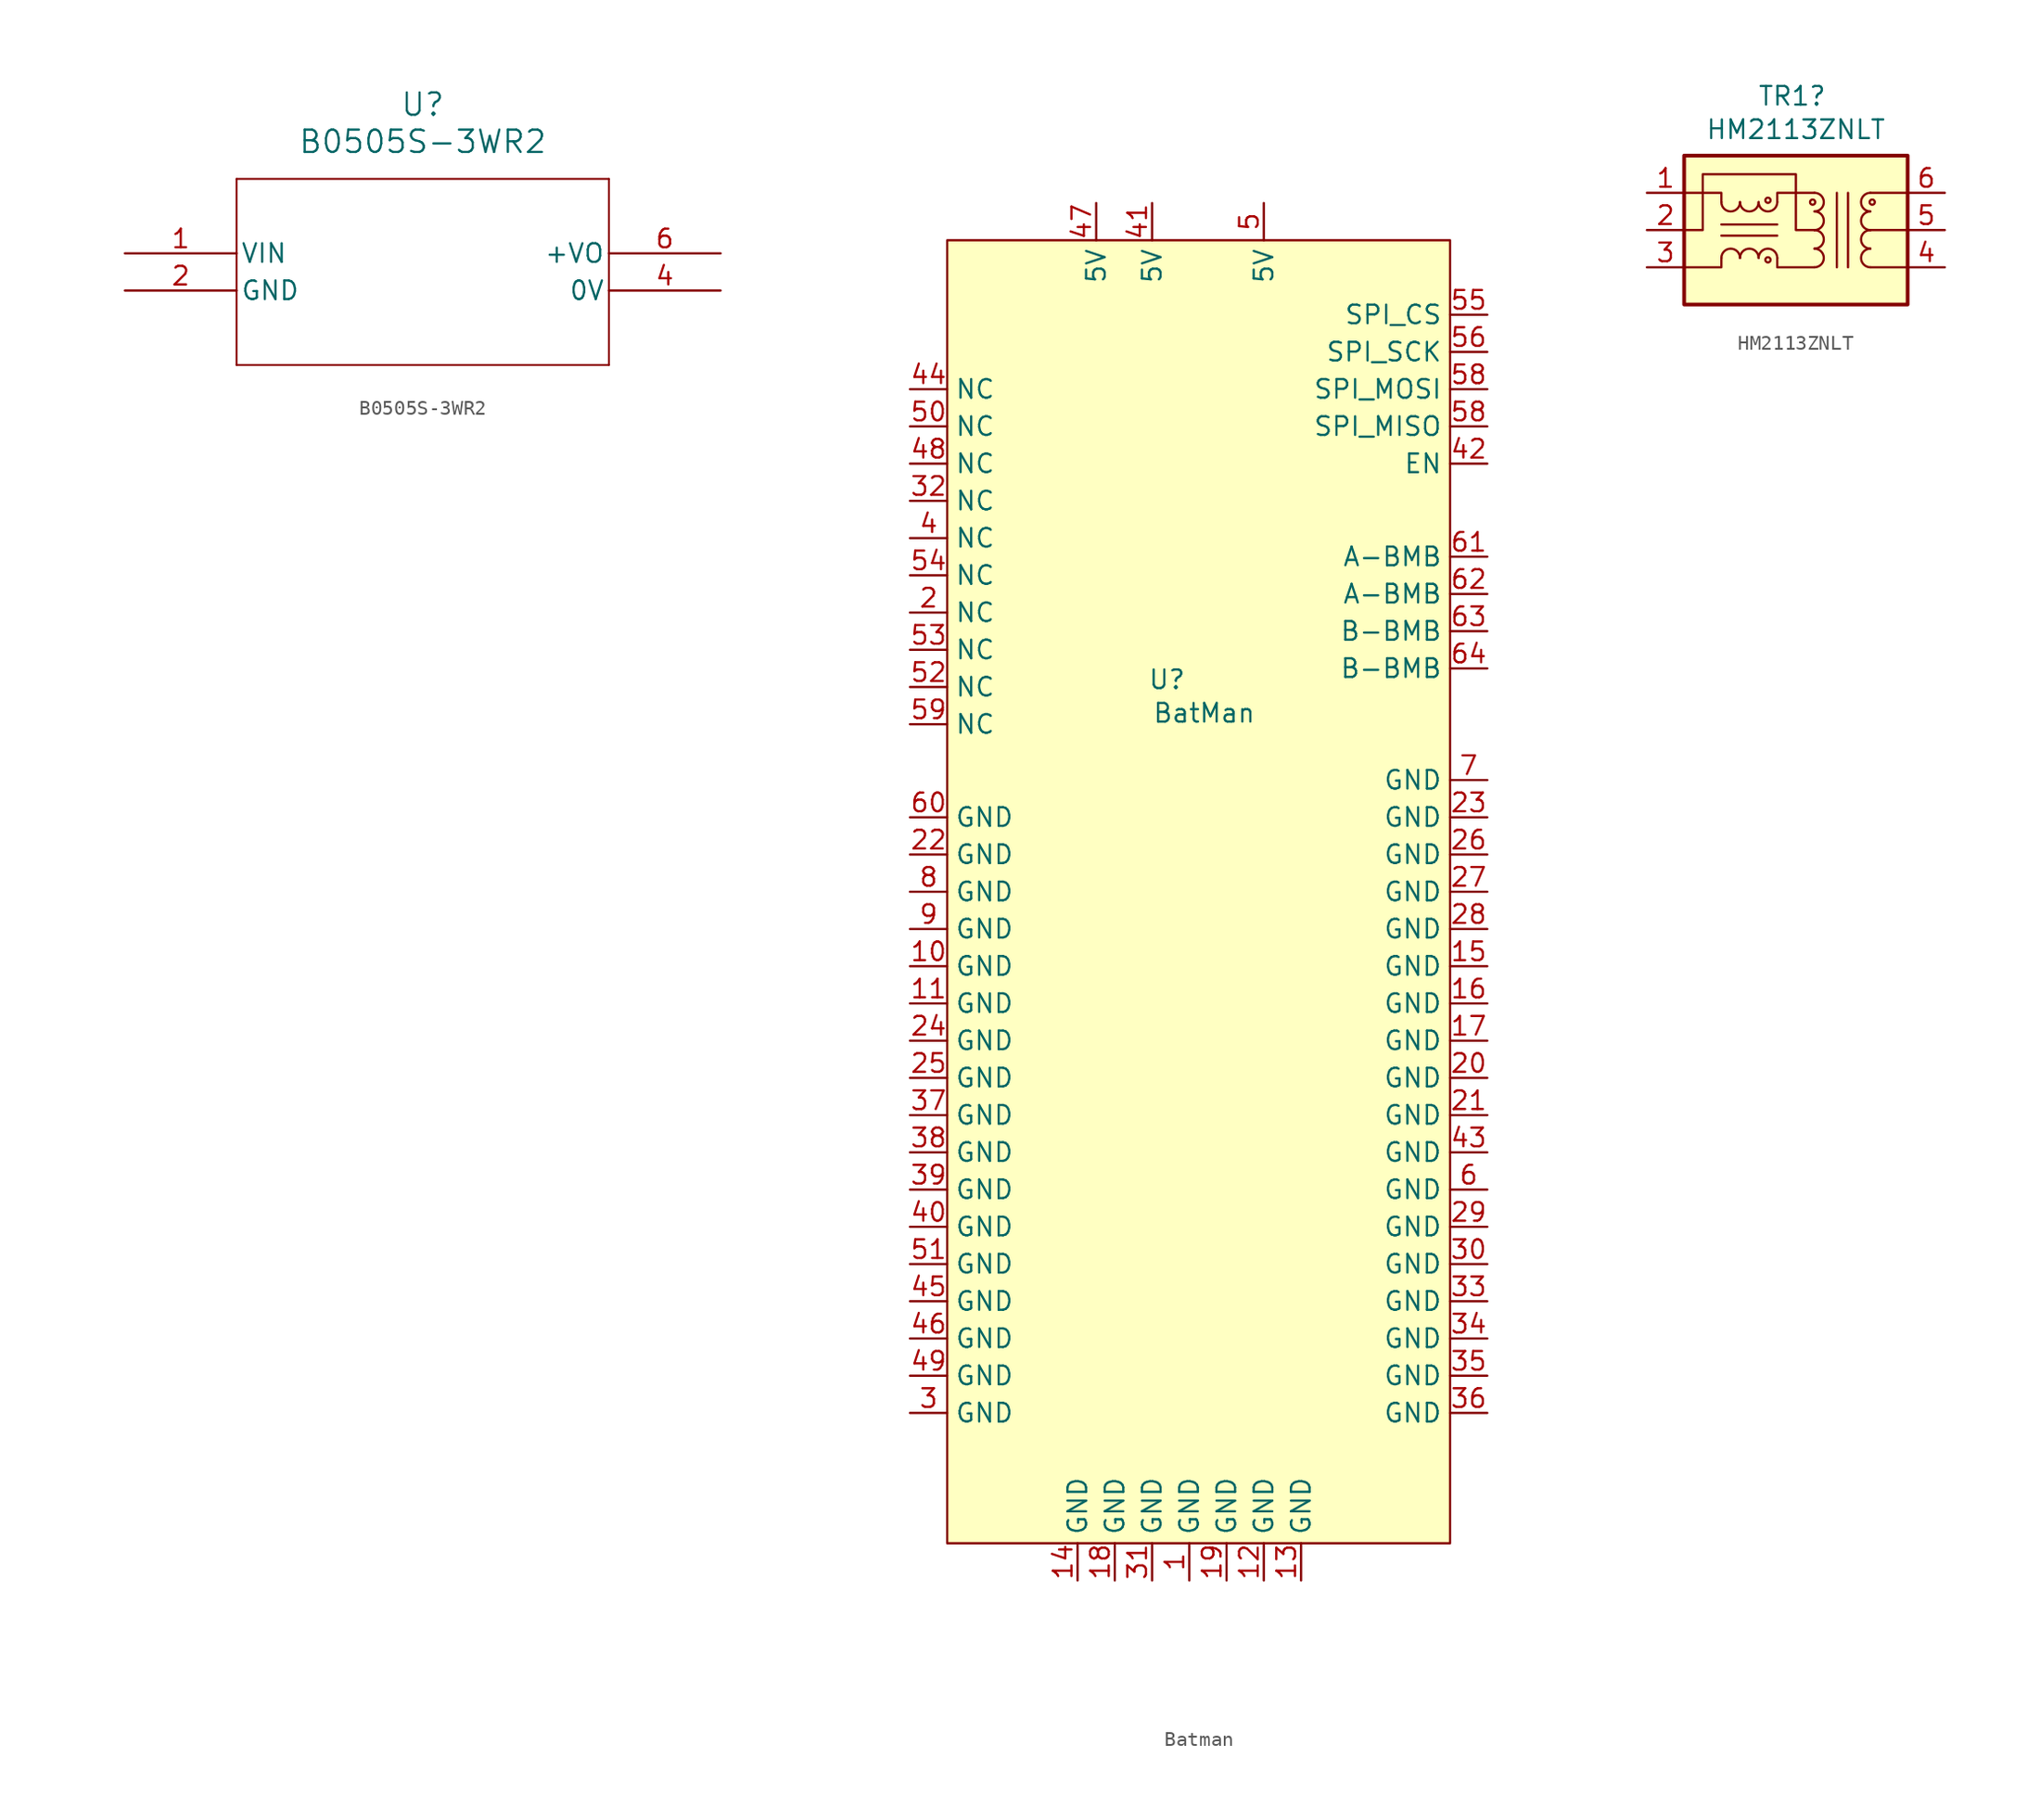
<source format=kicad_sym>
(kicad_symbol_lib
  (version 20241209)
  (generator "kicad_symbol_editor")
  (generator_version "9.0")
  (symbol "B0505S-3WR2"
    (pin_names
      (offset 0.254))
    (property "Reference" "U"
      (at 20.32 10.16 0)
      (effects (font (size 1.524 1.524))))
    (property "Value" "B0505S-3WR2"
      (at 20.32 7.62 0)
      (effects (font (size 1.524 1.524))))
    (symbol "B0505S-3WR2_0_1"
      (polyline (pts (xy 7.62 5.08) (xy 7.62 -7.62)) (stroke (width 0.127) (type default)) (fill (type none)))
      (polyline (pts (xy 7.62 -7.62) (xy 33.02 -7.62)) (stroke (width 0.127) (type default)) (fill (type none)))
      (polyline (pts (xy 33.02 5.08) (xy 7.62 5.08)) (stroke (width 0.127) (type default)) (fill (type none)))
      (polyline (pts (xy 33.02 -7.62) (xy 33.02 5.08)) (stroke (width 0.127) (type default)) (fill (type none)))
      (pin power_in line (at 0 0 0) (length 7.62) (name "VIN" (effects (font (size 1.27 1.27)))) (number "1" (effects (font (size 1.27 1.27)))))
      (pin power_out line (at 0 -2.54 0) (length 7.62) (name "GND" (effects (font (size 1.27 1.27)))) (number "2" (effects (font (size 1.27 1.27)))))
      (pin power_in line (at 40.64 0 180) (length 7.62) (name "+VO" (effects (font (size 1.27 1.27)))) (number "6" (effects (font (size 1.27 1.27)))))
      (pin unspecified line (at 40.64 -2.54 180) (length 7.62) (name "0V" (effects (font (size 1.27 1.27)))) (number "4" (effects (font (size 1.27 1.27)))))))
  (symbol "Batman"
    (property "Reference" "U"
      (at -2.794 15.748 0)
      (effects (font (size 1.27 1.27))))
    (property "Value" "BatMan"
      (at -0.254 13.462 0)
      (effects (font (size 1.27 1.27))))
    (symbol "Batman_1_1"
      (rectangle (start -17.78 45.72) (end 16.51 -43.18) (stroke (width 0) (type solid)) (fill (type background)))
      (pin passive line (at -20.32 35.56 0) (length 2.54) (name "NC" (effects (font (size 1.27 1.27)))) (number "44" (effects (font (size 1.27 1.27)))))
      (pin passive line (at -20.32 33.02 0) (length 2.54) (name "NC" (effects (font (size 1.27 1.27)))) (number "50" (effects (font (size 1.27 1.27)))))
      (pin passive line (at -20.32 30.48 0) (length 2.54) (name "NC" (effects (font (size 1.27 1.27)))) (number "48" (effects (font (size 1.27 1.27)))))
      (pin passive line (at -20.32 27.94 0) (length 2.54) (name "NC" (effects (font (size 1.27 1.27)))) (number "32" (effects (font (size 1.27 1.27)))))
      (pin passive line (at -20.32 25.4 0) (length 2.54) (name "NC" (effects (font (size 1.27 1.27)))) (number "4" (effects (font (size 1.27 1.27)))))
      (pin passive line (at -20.32 22.86 0) (length 2.54) (name "NC" (effects (font (size 1.27 1.27)))) (number "54" (effects (font (size 1.27 1.27)))))
      (pin passive line (at -20.32 20.32 0) (length 2.54) (name "NC" (effects (font (size 1.27 1.27)))) (number "2" (effects (font (size 1.27 1.27)))))
      (pin passive line (at -20.32 17.78 0) (length 2.54) (name "NC" (effects (font (size 1.27 1.27)))) (number "53" (effects (font (size 1.27 1.27)))))
      (pin passive line (at -20.32 15.24 0) (length 2.54) (name "NC" (effects (font (size 1.27 1.27)))) (number "52" (effects (font (size 1.27 1.27)))))
      (pin passive line (at -20.32 12.7 0) (length 2.54) (name "NC" (effects (font (size 1.27 1.27)))) (number "59" (effects (font (size 1.27 1.27)))))
      (pin power_in line (at -20.32 6.35 0) (length 2.54) (name "GND" (effects (font (size 1.27 1.27)))) (number "60" (effects (font (size 1.27 1.27)))))
      (pin power_in line (at -20.32 3.81 0) (length 2.54) (name "GND" (effects (font (size 1.27 1.27)))) (number "22" (effects (font (size 1.27 1.27)))))
      (pin power_in line (at -20.32 1.27 0) (length 2.54) (name "GND" (effects (font (size 1.27 1.27)))) (number "8" (effects (font (size 1.27 1.27)))))
      (pin power_in line (at -20.32 -1.27 0) (length 2.54) (name "GND" (effects (font (size 1.27 1.27)))) (number "9" (effects (font (size 1.27 1.27)))))
      (pin power_in line (at -20.32 -3.81 0) (length 2.54) (name "GND" (effects (font (size 1.27 1.27)))) (number "10" (effects (font (size 1.27 1.27)))))
      (pin power_in line (at -20.32 -6.35 0) (length 2.54) (name "GND" (effects (font (size 1.27 1.27)))) (number "11" (effects (font (size 1.27 1.27)))))
      (pin power_in line (at -20.32 -8.89 0) (length 2.54) (name "GND" (effects (font (size 1.27 1.27)))) (number "24" (effects (font (size 1.27 1.27)))))
      (pin power_in line (at -20.32 -11.43 0) (length 2.54) (name "GND" (effects (font (size 1.27 1.27)))) (number "25" (effects (font (size 1.27 1.27)))))
      (pin power_in line (at -20.32 -13.97 0) (length 2.54) (name "GND" (effects (font (size 1.27 1.27)))) (number "37" (effects (font (size 1.27 1.27)))))
      (pin power_in line (at -20.32 -16.51 0) (length 2.54) (name "GND" (effects (font (size 1.27 1.27)))) (number "38" (effects (font (size 1.27 1.27)))))
      (pin power_in line (at -20.32 -19.05 0) (length 2.54) (name "GND" (effects (font (size 1.27 1.27)))) (number "39" (effects (font (size 1.27 1.27)))))
      (pin power_in line (at -20.32 -21.59 0) (length 2.54) (name "GND" (effects (font (size 1.27 1.27)))) (number "40" (effects (font (size 1.27 1.27)))))
      (pin power_in line (at -20.32 -24.13 0) (length 2.54) (name "GND" (effects (font (size 1.27 1.27)))) (number "51" (effects (font (size 1.27 1.27)))))
      (pin power_in line (at -20.32 -26.67 0) (length 2.54) (name "GND" (effects (font (size 1.27 1.27)))) (number "45" (effects (font (size 1.27 1.27)))))
      (pin power_in line (at -20.32 -29.21 0) (length 2.54) (name "GND" (effects (font (size 1.27 1.27)))) (number "46" (effects (font (size 1.27 1.27)))))
      (pin power_in line (at -20.32 -31.75 0) (length 2.54) (name "GND" (effects (font (size 1.27 1.27)))) (number "49" (effects (font (size 1.27 1.27)))))
      (pin power_in line (at -20.32 -34.29 0) (length 2.54) (name "GND" (effects (font (size 1.27 1.27)))) (number "3" (effects (font (size 1.27 1.27)))))
      (pin power_in line (at -8.89 -45.72 90) (length 2.54) (name "GND" (effects (font (size 1.27 1.27)))) (number "14" (effects (font (size 1.27 1.27)))))
      (pin power_in line (at -7.62 48.26 270) (length 2.54) (name "5V" (effects (font (size 1.27 1.27)))) (number "47" (effects (font (size 1.27 1.27)))))
      (pin power_in line (at -6.35 -45.72 90) (length 2.54) (name "GND" (effects (font (size 1.27 1.27)))) (number "18" (effects (font (size 1.27 1.27)))))
      (pin power_in line (at -3.81 48.26 270) (length 2.54) (name "5V" (effects (font (size 1.27 1.27)))) (number "41" (effects (font (size 1.27 1.27)))))
      (pin power_in line (at -3.81 -45.72 90) (length 2.54) (name "GND" (effects (font (size 1.27 1.27)))) (number "31" (effects (font (size 1.27 1.27)))))
      (pin power_in line (at -1.27 -45.72 90) (length 2.54) (name "GND" (effects (font (size 1.27 1.27)))) (number "1" (effects (font (size 1.27 1.27)))))
      (pin power_in line (at 1.27 -45.72 90) (length 2.54) (name "GND" (effects (font (size 1.27 1.27)))) (number "19" (effects (font (size 1.27 1.27)))))
      (pin power_in line (at 3.81 48.26 270) (length 2.54) (name "5V" (effects (font (size 1.27 1.27)))) (number "5" (effects (font (size 1.27 1.27)))))
      (pin power_in line (at 3.81 -45.72 90) (length 2.54) (name "GND" (effects (font (size 1.27 1.27)))) (number "12" (effects (font (size 1.27 1.27)))))
      (pin power_in line (at 6.35 -45.72 90) (length 2.54) (name "GND" (effects (font (size 1.27 1.27)))) (number "13" (effects (font (size 1.27 1.27)))))
      (pin bidirectional line (at 19.05 40.64 180) (length 2.54) (name "SPI_CS" (effects (font (size 1.27 1.27)))) (number "55" (effects (font (size 1.27 1.27)))))
      (pin bidirectional line (at 19.05 38.1 180) (length 2.54) (name "SPI_SCK" (effects (font (size 1.27 1.27)))) (number "56" (effects (font (size 1.27 1.27)))))
      (pin bidirectional line (at 19.05 35.56 180) (length 2.54) (name "SPI_MOSI" (effects (font (size 1.27 1.27)))) (number "58" (effects (font (size 1.27 1.27)))))
      (pin bidirectional line (at 19.05 33.02 180) (length 2.54) (name "SPI_MISO" (effects (font (size 1.27 1.27)))) (number "58" (effects (font (size 1.27 1.27)))))
      (pin bidirectional line (at 19.05 30.48 180) (length 2.54) (name "EN" (effects (font (size 1.27 1.27)))) (number "42" (effects (font (size 1.27 1.27)))))
      (pin bidirectional line (at 19.05 24.13 180) (length 2.54) (name "A-BMB" (effects (font (size 1.27 1.27)))) (number "61" (effects (font (size 1.27 1.27)))))
      (pin bidirectional line (at 19.05 21.59 180) (length 2.54) (name "A-BMB" (effects (font (size 1.27 1.27)))) (number "62" (effects (font (size 1.27 1.27)))))
      (pin bidirectional line (at 19.05 19.05 180) (length 2.54) (name "B-BMB" (effects (font (size 1.27 1.27)))) (number "63" (effects (font (size 1.27 1.27)))))
      (pin bidirectional line (at 19.05 16.51 180) (length 2.54) (name "B-BMB" (effects (font (size 1.27 1.27)))) (number "64" (effects (font (size 1.27 1.27)))))
      (pin power_in line (at 19.05 8.89 180) (length 2.54) (name "GND" (effects (font (size 1.27 1.27)))) (number "7" (effects (font (size 1.27 1.27)))))
      (pin power_in line (at 19.05 6.35 180) (length 2.54) (name "GND" (effects (font (size 1.27 1.27)))) (number "23" (effects (font (size 1.27 1.27)))))
      (pin power_in line (at 19.05 3.81 180) (length 2.54) (name "GND" (effects (font (size 1.27 1.27)))) (number "26" (effects (font (size 1.27 1.27)))))
      (pin power_in line (at 19.05 1.27 180) (length 2.54) (name "GND" (effects (font (size 1.27 1.27)))) (number "27" (effects (font (size 1.27 1.27)))))
      (pin power_in line (at 19.05 -1.27 180) (length 2.54) (name "GND" (effects (font (size 1.27 1.27)))) (number "28" (effects (font (size 1.27 1.27)))))
      (pin power_in line (at 19.05 -3.81 180) (length 2.54) (name "GND" (effects (font (size 1.27 1.27)))) (number "15" (effects (font (size 1.27 1.27)))))
      (pin power_in line (at 19.05 -6.35 180) (length 2.54) (name "GND" (effects (font (size 1.27 1.27)))) (number "16" (effects (font (size 1.27 1.27)))))
      (pin power_in line (at 19.05 -8.89 180) (length 2.54) (name "GND" (effects (font (size 1.27 1.27)))) (number "17" (effects (font (size 1.27 1.27)))))
      (pin power_in line (at 19.05 -11.43 180) (length 2.54) (name "GND" (effects (font (size 1.27 1.27)))) (number "20" (effects (font (size 1.27 1.27)))))
      (pin power_in line (at 19.05 -13.97 180) (length 2.54) (name "GND" (effects (font (size 1.27 1.27)))) (number "21" (effects (font (size 1.27 1.27)))))
      (pin power_in line (at 19.05 -16.51 180) (length 2.54) (name "GND" (effects (font (size 1.27 1.27)))) (number "43" (effects (font (size 1.27 1.27)))))
      (pin power_in line (at 19.05 -19.05 180) (length 2.54) (name "GND" (effects (font (size 1.27 1.27)))) (number "6" (effects (font (size 1.27 1.27)))))
      (pin power_in line (at 19.05 -21.59 180) (length 2.54) (name "GND" (effects (font (size 1.27 1.27)))) (number "29" (effects (font (size 1.27 1.27)))))
      (pin power_in line (at 19.05 -24.13 180) (length 2.54) (name "GND" (effects (font (size 1.27 1.27)))) (number "30" (effects (font (size 1.27 1.27)))))
      (pin power_in line (at 19.05 -26.67 180) (length 2.54) (name "GND" (effects (font (size 1.27 1.27)))) (number "33" (effects (font (size 1.27 1.27)))))
      (pin power_in line (at 19.05 -29.21 180) (length 2.54) (name "GND" (effects (font (size 1.27 1.27)))) (number "34" (effects (font (size 1.27 1.27)))))
      (pin power_in line (at 19.05 -31.75 180) (length 2.54) (name "GND" (effects (font (size 1.27 1.27)))) (number "35" (effects (font (size 1.27 1.27)))))
      (pin power_in line (at 19.05 -34.29 180) (length 2.54) (name "GND" (effects (font (size 1.27 1.27)))) (number "36" (effects (font (size 1.27 1.27)))))))
  (symbol "HM2113ZNLT"
    (pin_names
      (hide yes))
    (property "Reference" "TR1"
      (at -0.254 4.064 0)
      (effects (font (size 1.27 1.27))))
    (property "Value" "HM2113ZNLT"
      (at 0 1.778 0)
      (effects (font (size 1.27 1.27))))
    (symbol "HM2113ZNLT_0_1"
      (rectangle (start -7.62 0) (end 7.62 -10.16) (stroke (width 0.254) (type default)) (fill (type background)))
      (polyline (pts (xy 2.794 -2.54) (xy 2.794 -7.62)) (stroke (width 0) (type default)) (fill (type none)))
      (polyline (pts (xy 3.556 -7.62) (xy 3.556 -2.54)) (stroke (width 0) (type default)) (fill (type none))))
    (symbol "HM2113ZNLT_1_1"
      (polyline (pts (xy -7.62 -5.08) (xy -6.35 -5.08) (xy -6.35 -1.27) (xy 0 -1.27) (xy 0 -5.08) (xy 1.27 -5.08)) (stroke (width 0) (type default)) (fill (type none)))
      (polyline (pts (xy -5.08 -3.175) (xy -5.08 -2.54) (xy -7.62 -2.54)) (stroke (width 0) (type default)) (fill (type none)))
      (polyline (pts (xy -5.08 -6.985) (xy -5.08 -7.62) (xy -7.62 -7.62)) (stroke (width 0) (type default)) (fill (type none)))
      (arc (start -3.81 -3.175) (mid -4.445 -3.8073) (end -5.08 -3.175) (stroke (width 0) (type default)) (fill (type none)))
      (arc (start -5.08 -6.985) (mid -4.445 -6.3527) (end -3.81 -6.985) (stroke (width 0) (type default)) (fill (type none)))
      (arc (start -2.54 -3.175) (mid -3.175 -3.8073) (end -3.81 -3.175) (stroke (width 0) (type default)) (fill (type none)))
      (arc (start -3.81 -6.985) (mid -3.175 -6.3527) (end -2.54 -6.985) (stroke (width 0) (type default)) (fill (type none)))
      (circle (center -1.905 -3.048) (radius 0.178) (stroke (width 0) (type default)) (fill (type none)))
      (arc (start -1.27 -3.175) (mid -1.905 -3.8073) (end -2.54 -3.175) (stroke (width 0) (type default)) (fill (type none)))
      (arc (start -2.54 -6.985) (mid -1.905 -6.3527) (end -1.27 -6.985) (stroke (width 0) (type default)) (fill (type none)))
      (circle (center -1.905 -7.112) (radius 0.178) (stroke (width 0) (type default)) (fill (type none)))
      (polyline (pts (xy -1.27 -4.699) (xy -5.08 -4.699)) (stroke (width 0) (type default)) (fill (type none)))
      (polyline (pts (xy -1.27 -5.461) (xy -5.08 -5.461)) (stroke (width 0) (type default)) (fill (type none)))
      (polyline (pts (xy -1.27 -6.985) (xy -1.27 -7.62) (xy 1.27 -7.62)) (stroke (width 0) (type default)) (fill (type none)))
      (circle (center 1.143 -3.175) (radius 0.178) (stroke (width 0) (type default)) (fill (type none)))
      (arc (start 1.27 -2.54) (mid 1.9023 -3.175) (end 1.27 -3.81) (stroke (width 0) (type default)) (fill (type none)))
      (arc (start 1.27 -3.81) (mid 1.9023 -4.445) (end 1.27 -5.08) (stroke (width 0) (type default)) (fill (type none)))
      (arc (start 1.27 -5.08) (mid 1.9023 -5.715) (end 1.27 -6.35) (stroke (width 0) (type default)) (fill (type none)))
      (arc (start 1.27 -6.35) (mid 1.9023 -6.985) (end 1.27 -7.62) (stroke (width 0) (type default)) (fill (type none)))
      (polyline (pts (xy 1.27 -2.54) (xy -1.27 -2.54) (xy -1.27 -3.175)) (stroke (width 0) (type default)) (fill (type none)))
      (polyline (pts (xy 5.08 -2.54) (xy 7.62 -2.54)) (stroke (width 0) (type default)) (fill (type none)))
      (polyline (pts (xy 5.08 -5.08) (xy 7.62 -5.08)) (stroke (width 0) (type default)) (fill (type none)))
      (polyline (pts (xy 5.08 -7.62) (xy 7.62 -7.62)) (stroke (width 0) (type default)) (fill (type none)))
      (arc (start 5.08 -3.81) (mid 4.4477 -3.175) (end 5.08 -2.54) (stroke (width 0) (type default)) (fill (type none)))
      (arc (start 5.08 -5.08) (mid 4.4477 -4.445) (end 5.08 -3.81) (stroke (width 0) (type default)) (fill (type none)))
      (arc (start 5.08 -6.35) (mid 4.4477 -5.715) (end 5.08 -5.08) (stroke (width 0) (type default)) (fill (type none)))
      (arc (start 5.08 -7.62) (mid 4.4477 -6.985) (end 5.08 -6.35) (stroke (width 0) (type default)) (fill (type none)))
      (circle (center 5.207 -3.175) (radius 0.178) (stroke (width 0) (type default)) (fill (type none)))
      (pin passive line (at -10.16 -2.54 0) (length 2.54) (name "TD-" (effects (font (size 1.27 1.27)))) (number "1" (effects (font (size 1.27 1.27)))))
      (pin passive line (at -10.16 -5.08 0) (length 2.54) (name "C_TD" (effects (font (size 1.27 1.27)))) (number "2" (effects (font (size 1.27 1.27)))))
      (pin passive line (at -10.16 -7.62 0) (length 2.54) (name "TD+" (effects (font (size 1.27 1.27)))) (number "3" (effects (font (size 1.27 1.27)))))
      (pin passive line (at 10.16 -2.54 180) (length 2.54) (name "TX-" (effects (font (size 1.27 1.27)))) (number "6" (effects (font (size 1.27 1.27)))))
      (pin passive line (at 10.16 -5.08 180) (length 2.54) (name "C_TX" (effects (font (size 1.27 1.27)))) (number "5" (effects (font (size 1.27 1.27)))))
      (pin passive line (at 10.16 -7.62 180) (length 2.54) (name "TX+" (effects (font (size 1.27 1.27)))) (number "4" (effects (font (size 1.27 1.27))))))))
</source>
